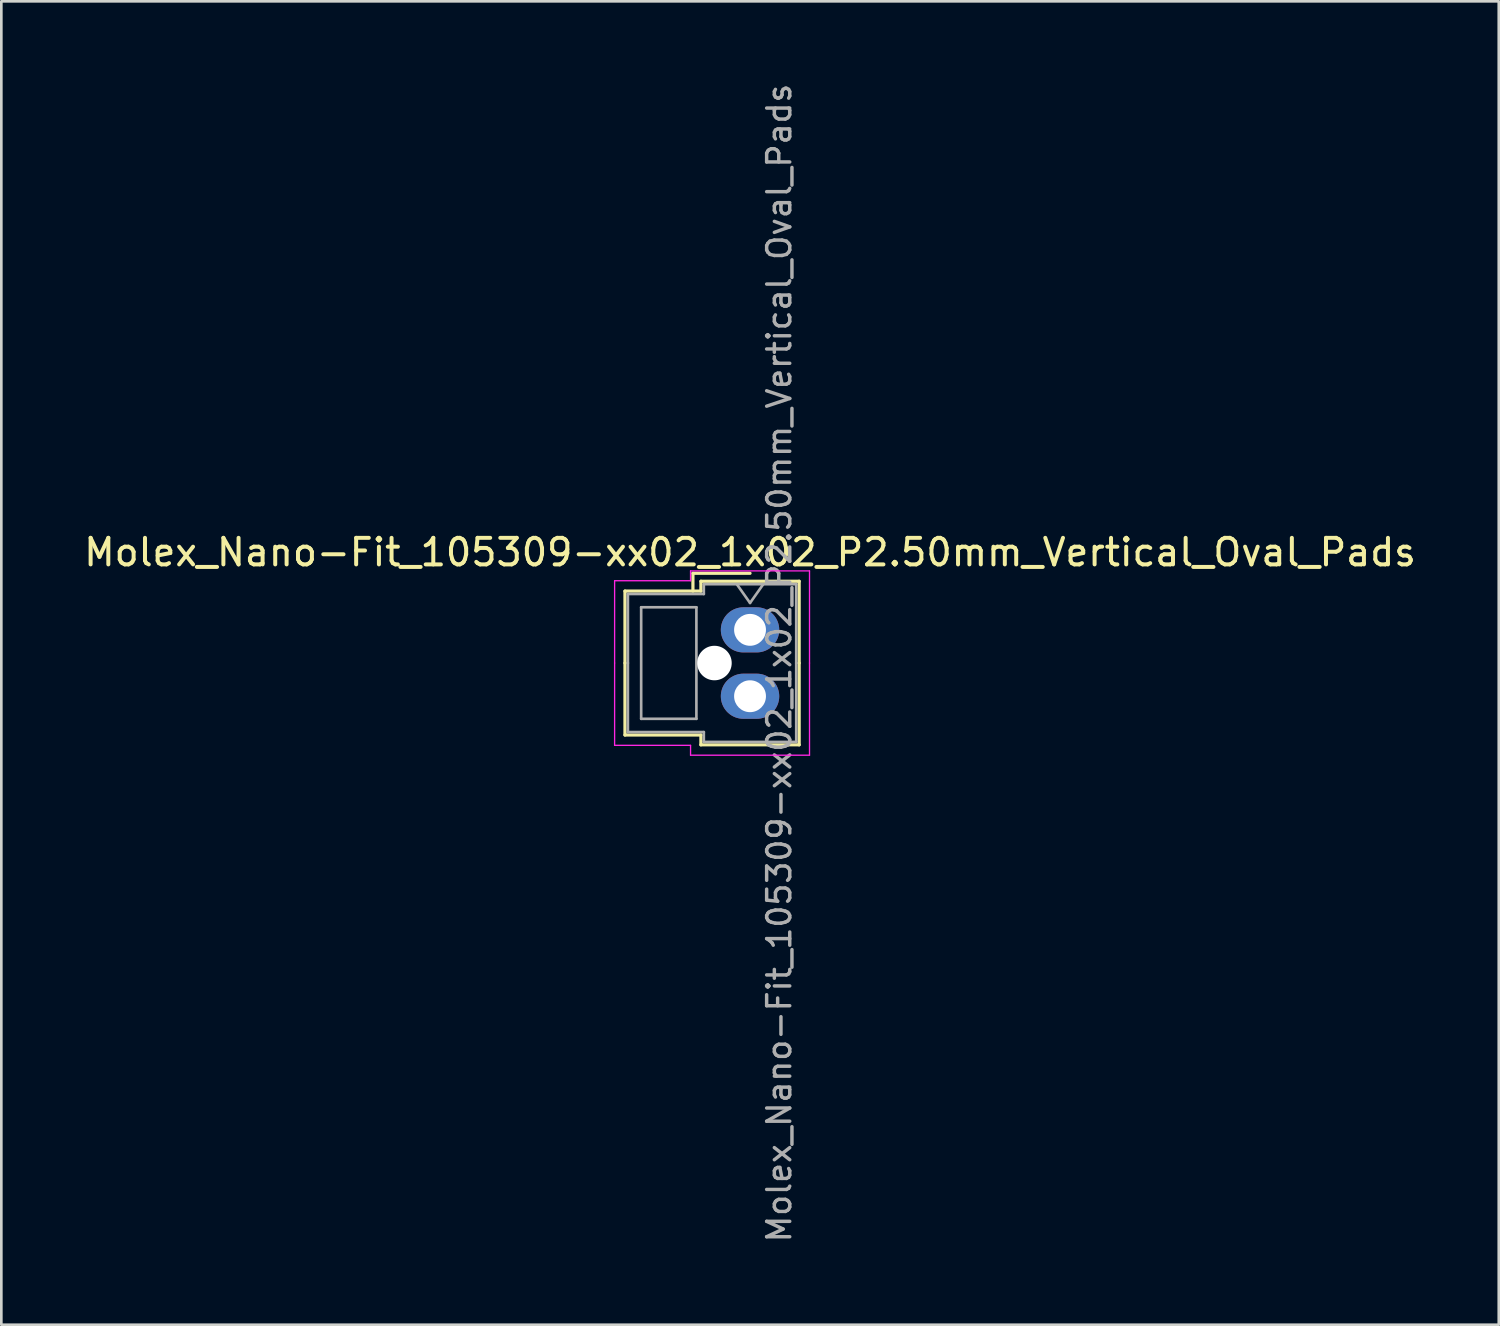
<source format=kicad_pcb>
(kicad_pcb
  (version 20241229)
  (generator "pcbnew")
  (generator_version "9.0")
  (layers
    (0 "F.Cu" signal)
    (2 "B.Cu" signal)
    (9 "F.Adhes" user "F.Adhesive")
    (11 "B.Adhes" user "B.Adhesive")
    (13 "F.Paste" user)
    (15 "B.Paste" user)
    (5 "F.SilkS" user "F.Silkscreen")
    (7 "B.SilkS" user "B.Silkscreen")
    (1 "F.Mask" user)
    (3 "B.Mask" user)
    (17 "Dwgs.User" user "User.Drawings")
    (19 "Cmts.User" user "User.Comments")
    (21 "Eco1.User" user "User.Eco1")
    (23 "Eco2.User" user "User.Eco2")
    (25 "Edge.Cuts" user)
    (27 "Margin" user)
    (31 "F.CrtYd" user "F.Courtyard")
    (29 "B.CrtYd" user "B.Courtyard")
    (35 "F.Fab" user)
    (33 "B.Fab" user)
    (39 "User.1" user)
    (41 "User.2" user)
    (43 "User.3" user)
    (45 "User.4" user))
  (footprint "Molex_Nano-Fit_105309-xx02_1x02_P2.50mm_Vertical_Oval_Pads"
    (layer "F.Cu")
    (at 25.196 20.67)
    (property "Reference" "Molex_Nano-Fit_105309-xx02_1x02_P2.50mm_Vertical_Oval_Pads" (at 0 -2.92 0) (layer "F.SilkS") (effects (font (size 1 1) (thickness 0.15))))
    (attr through_hole)
    (fp_line (start -4.71 -1.46) (end -4.71 1.25) (stroke (width 0.12) (type solid)) (layer "F.SilkS"))
    (fp_line (start -4.71 3.96) (end -4.71 1.25) (stroke (width 0.12) (type solid)) (layer "F.SilkS"))
    (fp_line (start -2.15 -2.13) (end -2.15 -1.46) (stroke (width 0.12) (type solid)) (layer "F.SilkS"))
    (fp_line (start -1.85 -1.83) (end -1.85 -1.46) (stroke (width 0.12) (type solid)) (layer "F.SilkS"))
    (fp_line (start -1.85 -1.46) (end -4.71 -1.46) (stroke (width 0.12) (type solid)) (layer "F.SilkS"))
    (fp_line (start -1.85 3.96) (end -4.71 3.96) (stroke (width 0.12) (type solid)) (layer "F.SilkS"))
    (fp_line (start -1.85 4.33) (end -1.85 3.96) (stroke (width 0.12) (type solid)) (layer "F.SilkS"))
    (fp_line (start 0 -2.13) (end -2.15 -2.13) (stroke (width 0.12) (type solid)) (layer "F.SilkS"))
    (fp_line (start 1.85 -1.83) (end -1.85 -1.83) (stroke (width 0.12) (type solid)) (layer "F.SilkS"))
    (fp_line (start 1.85 1.25) (end 1.85 -1.83) (stroke (width 0.12) (type solid)) (layer "F.SilkS"))
    (fp_line (start 1.85 1.25) (end 1.85 4.33) (stroke (width 0.12) (type solid)) (layer "F.SilkS"))
    (fp_line (start 1.85 4.33) (end -1.85 4.33) (stroke (width 0.12) (type solid)) (layer "F.SilkS"))
    (fp_line (start -5.1 -1.85) (end -5.1 1.25) (stroke (width 0.05) (type solid)) (layer "F.CrtYd"))
    (fp_line (start -5.1 4.35) (end -5.1 1.25) (stroke (width 0.05) (type solid)) (layer "F.CrtYd"))
    (fp_line (start -2.24 -2.22) (end -2.24 -1.85) (stroke (width 0.05) (type solid)) (layer "F.CrtYd"))
    (fp_line (start -2.24 -1.85) (end -5.1 -1.85) (stroke (width 0.05) (type solid)) (layer "F.CrtYd"))
    (fp_line (start -2.24 4.35) (end -5.1 4.35) (stroke (width 0.05) (type solid)) (layer "F.CrtYd"))
    (fp_line (start -2.24 4.72) (end -2.24 4.35) (stroke (width 0.05) (type solid)) (layer "F.CrtYd"))
    (fp_line (start 2.24 -2.22) (end -2.24 -2.22) (stroke (width 0.05) (type solid)) (layer "F.CrtYd"))
    (fp_line (start 2.24 1.25) (end 2.24 -2.22) (stroke (width 0.05) (type solid)) (layer "F.CrtYd"))
    (fp_line (start 2.24 1.25) (end 2.24 4.72) (stroke (width 0.05) (type solid)) (layer "F.CrtYd"))
    (fp_line (start 2.24 4.72) (end -2.24 4.72) (stroke (width 0.05) (type solid)) (layer "F.CrtYd"))
    (fp_line (start -4.6 -1.35) (end -4.6 1.25) (stroke (width 0.1) (type solid)) (layer "F.Fab"))
    (fp_line (start -4.6 3.85) (end -4.6 1.25) (stroke (width 0.1) (type solid)) (layer "F.Fab"))
    (fp_line (start -4.1 -0.85) (end -4.1 3.35) (stroke (width 0.1) (type solid)) (layer "F.Fab"))
    (fp_line (start -4.1 3.35) (end -2.02 3.35) (stroke (width 0.1) (type solid)) (layer "F.Fab"))
    (fp_line (start -2.02 -0.85) (end -4.1 -0.85) (stroke (width 0.1) (type solid)) (layer "F.Fab"))
    (fp_line (start -2.02 3.35) (end -2.02 -0.85) (stroke (width 0.1) (type solid)) (layer "F.Fab"))
    (fp_line (start -1.74 -1.72) (end -1.74 -1.35) (stroke (width 0.1) (type solid)) (layer "F.Fab"))
    (fp_line (start -1.74 -1.35) (end -4.6 -1.35) (stroke (width 0.1) (type solid)) (layer "F.Fab"))
    (fp_line (start -1.74 3.85) (end -4.6 3.85) (stroke (width 0.1) (type solid)) (layer "F.Fab"))
    (fp_line (start -1.74 4.22) (end -1.74 3.85) (stroke (width 0.1) (type solid)) (layer "F.Fab"))
    (fp_line (start -0.5 -1.72) (end 0 -1.013) (stroke (width 0.1) (type solid)) (layer "F.Fab"))
    (fp_line (start 0 -1.013) (end 0.5 -1.72) (stroke (width 0.1) (type solid)) (layer "F.Fab"))
    (fp_line (start 1.74 -1.72) (end -1.74 -1.72) (stroke (width 0.1) (type solid)) (layer "F.Fab"))
    (fp_line (start 1.74 1.25) (end 1.74 -1.72) (stroke (width 0.1) (type solid)) (layer "F.Fab"))
    (fp_line (start 1.74 1.25) (end 1.74 4.22) (stroke (width 0.1) (type solid)) (layer "F.Fab"))
    (fp_line (start 1.74 4.22) (end -1.74 4.22) (stroke (width 0.1) (type solid)) (layer "F.Fab"))
    (fp_text user "${REFERENCE}" (at 1.1 1.25 90) (layer "F.Fab") (effects (font (size 0.87 0.87) (thickness 0.13))))
    (pad "" np_thru_hole circle (at -1.34 1.25) (size 1.3 1.3) (drill 1.3) (layers "*.Cu" "*.Mask"))
    (pad "1" thru_hole oval (at 0 0) (size 2.2 1.7) (drill 1.2) (layers "*.Cu" "*.Mask"))
    (pad "2" thru_hole oval (at 0 2.5) (size 2.2 1.7) (drill 1.2) (layers "*.Cu" "*.Mask")))
  (gr_rect
    (start -3 -3)
    (end 53.393 46.84)
    (stroke (width 0.1) (type default))
    (fill no)
    (layer "Edge.Cuts")))
</source>
